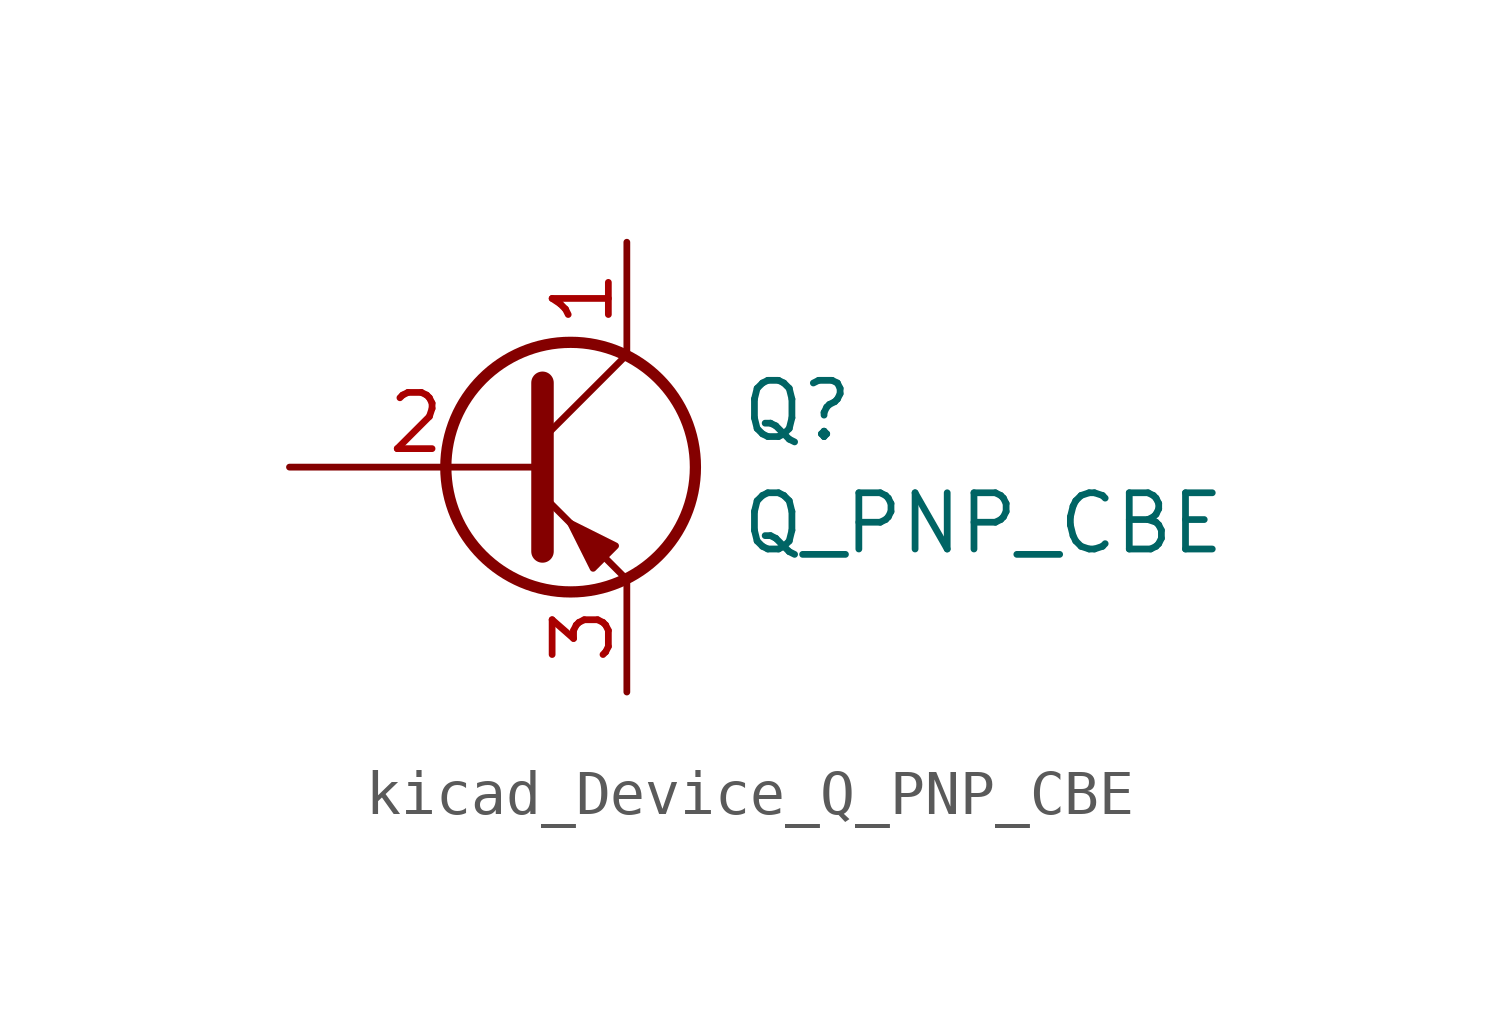
<source format=kicad_sym>
(kicad_symbol_lib
  (version 20220914)
  (generator kicad_symbol_editor)
  (symbol "kicad_Device_Q_PNP_CBE"
    (pin_names
      (offset 0) hide)
    (property "Reference" "Q"
      (at 5.08 1.27 0)
      (effects (font (size 1.27 1.27)) (justify left)))
    (property "Value" "Q_PNP_CBE"
      (at 5.08 -1.27 0)
      (effects (font (size 1.27 1.27)) (justify left)))
    (symbol "kicad_Device_Q_PNP_CBE_0_1"
      (polyline (pts (xy 0.635 0.635) (xy 2.54 2.54)) (stroke (width 0) (type default)) (fill (type none)))
      (polyline (pts (xy 0.635 -0.635) (xy 2.54 -2.54) (xy 2.54 -2.54)) (stroke (width 0) (type default)) (fill (type none)))
      (polyline (pts (xy 0.635 1.905) (xy 0.635 -1.905) (xy 0.635 -1.905)) (stroke (width 0.508) (type default)) (fill (type none)))
      (polyline (pts (xy 2.286 -1.778) (xy 1.778 -2.286) (xy 1.27 -1.27) (xy 2.286 -1.778) (xy 2.286 -1.778)) (stroke (width 0) (type default)) (fill (type outline)))
      (circle (center 1.27 0) (radius 2.819) (stroke (width 0.254) (type default)) (fill (type none))))
    (symbol "kicad_Device_Q_PNP_CBE_1_1"
      (pin passive line (at 2.54 5.08 270) (length 2.54) (name "C" (effects (font (size 1.27 1.27)))) (number "1" (effects (font (size 1.27 1.27)))))
      (pin input line (at -5.08 0 0) (length 5.715) (name "B" (effects (font (size 1.27 1.27)))) (number "2" (effects (font (size 1.27 1.27)))))
      (pin passive line (at 2.54 -5.08 90) (length 2.54) (name "E" (effects (font (size 1.27 1.27)))) (number "3" (effects (font (size 1.27 1.27))))))))
</source>
